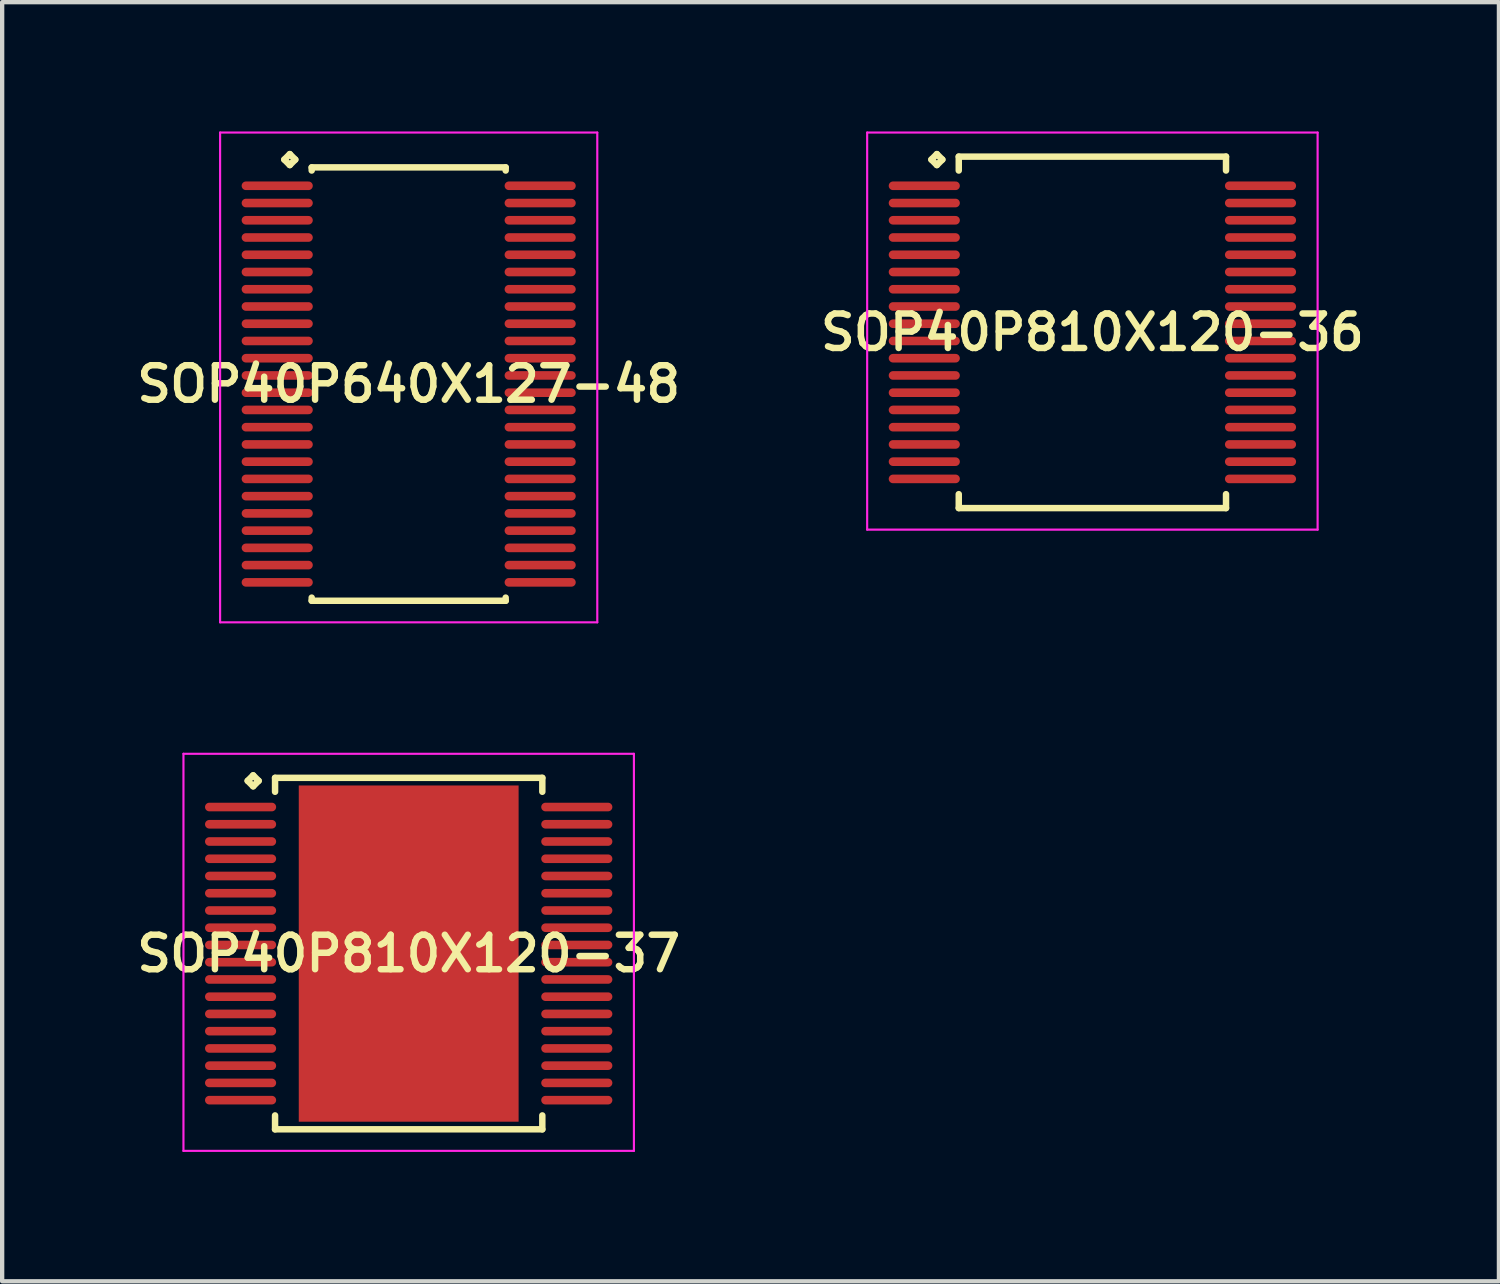
<source format=kicad_pcb>
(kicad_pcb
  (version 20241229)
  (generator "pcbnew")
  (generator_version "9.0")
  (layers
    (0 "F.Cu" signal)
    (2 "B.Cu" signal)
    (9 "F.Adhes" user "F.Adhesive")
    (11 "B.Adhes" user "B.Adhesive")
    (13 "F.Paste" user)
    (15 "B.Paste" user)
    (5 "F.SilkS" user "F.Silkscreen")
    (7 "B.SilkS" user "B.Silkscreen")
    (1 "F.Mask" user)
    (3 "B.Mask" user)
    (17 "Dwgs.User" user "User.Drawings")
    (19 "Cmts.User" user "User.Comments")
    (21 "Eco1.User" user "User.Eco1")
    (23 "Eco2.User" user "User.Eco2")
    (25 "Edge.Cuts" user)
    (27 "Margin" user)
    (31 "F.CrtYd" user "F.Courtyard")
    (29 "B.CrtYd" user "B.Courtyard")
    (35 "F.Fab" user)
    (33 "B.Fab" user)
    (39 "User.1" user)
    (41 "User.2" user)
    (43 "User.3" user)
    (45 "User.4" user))
  (footprint "SOP40P640X127-48"
    (layer "F.Cu")
    (at 6.431 5.86)
    (property "Reference" "SOP40P640X127-48" (at 0 0 0) (layer "F.SilkS") (effects (font (size 0.8 0.8) (thickness 0.15))))
    (attr smd)
    (fp_line (start -2.885 -5.208) (end -2.758 -5.335) (stroke (width 0.15) (type solid)) (layer "F.SilkS"))
    (fp_line (start -2.758 -5.335) (end -2.631 -5.208) (stroke (width 0.15) (type solid)) (layer "F.SilkS"))
    (fp_line (start -2.758 -5.081) (end -2.885 -5.208) (stroke (width 0.15) (type solid)) (layer "F.SilkS"))
    (fp_line (start -2.631 -5.208) (end -2.758 -5.081) (stroke (width 0.15) (type solid)) (layer "F.SilkS"))
    (fp_line (start -2.25 -5.027) (end 2.25 -5.027) (stroke (width 0.15) (type solid)) (layer "F.SilkS"))
    (fp_line (start -2.25 -4.954) (end -2.25 -5.027) (stroke (width 0.15) (type solid)) (layer "F.SilkS"))
    (fp_line (start -2.25 4.954) (end -2.25 5.027) (stroke (width 0.15) (type solid)) (layer "F.SilkS"))
    (fp_line (start -2.25 5.027) (end 2.25 5.027) (stroke (width 0.15) (type solid)) (layer "F.SilkS"))
    (fp_line (start 2.25 -5.027) (end 2.25 -4.954) (stroke (width 0.15) (type solid)) (layer "F.SilkS"))
    (fp_line (start 2.25 5.027) (end 2.25 4.954) (stroke (width 0.15) (type solid)) (layer "F.SilkS"))
    (fp_line (start -4.375 -5.835) (end 4.375 -5.835) (stroke (width 0.05) (type solid)) (layer "F.CrtYd"))
    (fp_line (start -4.375 5.527) (end -4.375 -5.835) (stroke (width 0.05) (type solid)) (layer "F.CrtYd"))
    (fp_line (start 4.375 -5.835) (end 4.375 5.527) (stroke (width 0.05) (type solid)) (layer "F.CrtYd"))
    (fp_line (start 4.375 5.527) (end -4.375 5.527) (stroke (width 0.05) (type solid)) (layer "F.CrtYd"))
    (pad "1" smd oval (at -3.05 -4.6) (size 1.65 0.2) (layers "F.Cu" "F.Mask" "F.Paste"))
    (pad "2" smd oval (at -3.05 -4.2) (size 1.65 0.2) (layers "F.Cu" "F.Mask" "F.Paste"))
    (pad "3" smd oval (at -3.05 -3.8) (size 1.65 0.2) (layers "F.Cu" "F.Mask" "F.Paste"))
    (pad "4" smd oval (at -3.05 -3.4) (size 1.65 0.2) (layers "F.Cu" "F.Mask" "F.Paste"))
    (pad "5" smd oval (at -3.05 -3) (size 1.65 0.2) (layers "F.Cu" "F.Mask" "F.Paste"))
    (pad "6" smd oval (at -3.05 -2.6) (size 1.65 0.2) (layers "F.Cu" "F.Mask" "F.Paste"))
    (pad "7" smd oval (at -3.05 -2.2) (size 1.65 0.2) (layers "F.Cu" "F.Mask" "F.Paste"))
    (pad "8" smd oval (at -3.05 -1.8) (size 1.65 0.2) (layers "F.Cu" "F.Mask" "F.Paste"))
    (pad "9" smd oval (at -3.05 -1.4) (size 1.65 0.2) (layers "F.Cu" "F.Mask" "F.Paste"))
    (pad "10" smd oval (at -3.05 -1) (size 1.65 0.2) (layers "F.Cu" "F.Mask" "F.Paste"))
    (pad "11" smd oval (at -3.05 -0.6) (size 1.65 0.2) (layers "F.Cu" "F.Mask" "F.Paste"))
    (pad "12" smd oval (at -3.05 -0.2) (size 1.65 0.2) (layers "F.Cu" "F.Mask" "F.Paste"))
    (pad "13" smd oval (at -3.05 0.2) (size 1.65 0.2) (layers "F.Cu" "F.Mask" "F.Paste"))
    (pad "14" smd oval (at -3.05 0.6) (size 1.65 0.2) (layers "F.Cu" "F.Mask" "F.Paste"))
    (pad "15" smd oval (at -3.05 1) (size 1.65 0.2) (layers "F.Cu" "F.Mask" "F.Paste"))
    (pad "16" smd oval (at -3.05 1.4) (size 1.65 0.2) (layers "F.Cu" "F.Mask" "F.Paste"))
    (pad "17" smd oval (at -3.05 1.8) (size 1.65 0.2) (layers "F.Cu" "F.Mask" "F.Paste"))
    (pad "18" smd oval (at -3.05 2.2) (size 1.65 0.2) (layers "F.Cu" "F.Mask" "F.Paste"))
    (pad "19" smd oval (at -3.05 2.6) (size 1.65 0.2) (layers "F.Cu" "F.Mask" "F.Paste"))
    (pad "20" smd oval (at -3.05 3) (size 1.65 0.2) (layers "F.Cu" "F.Mask" "F.Paste"))
    (pad "21" smd oval (at -3.05 3.4) (size 1.65 0.2) (layers "F.Cu" "F.Mask" "F.Paste"))
    (pad "22" smd oval (at -3.05 3.8) (size 1.65 0.2) (layers "F.Cu" "F.Mask" "F.Paste"))
    (pad "23" smd oval (at -3.05 4.2) (size 1.65 0.2) (layers "F.Cu" "F.Mask" "F.Paste"))
    (pad "24" smd oval (at -3.05 4.6) (size 1.65 0.2) (layers "F.Cu" "F.Mask" "F.Paste"))
    (pad "25" smd oval (at 3.05 4.6) (size 1.65 0.2) (layers "F.Cu" "F.Mask" "F.Paste"))
    (pad "26" smd oval (at 3.05 4.2) (size 1.65 0.2) (layers "F.Cu" "F.Mask" "F.Paste"))
    (pad "27" smd oval (at 3.05 3.8) (size 1.65 0.2) (layers "F.Cu" "F.Mask" "F.Paste"))
    (pad "28" smd oval (at 3.05 3.4) (size 1.65 0.2) (layers "F.Cu" "F.Mask" "F.Paste"))
    (pad "29" smd oval (at 3.05 3) (size 1.65 0.2) (layers "F.Cu" "F.Mask" "F.Paste"))
    (pad "30" smd oval (at 3.05 2.6) (size 1.65 0.2) (layers "F.Cu" "F.Mask" "F.Paste"))
    (pad "31" smd oval (at 3.05 2.2) (size 1.65 0.2) (layers "F.Cu" "F.Mask" "F.Paste"))
    (pad "32" smd oval (at 3.05 1.8) (size 1.65 0.2) (layers "F.Cu" "F.Mask" "F.Paste"))
    (pad "33" smd oval (at 3.05 1.4) (size 1.65 0.2) (layers "F.Cu" "F.Mask" "F.Paste"))
    (pad "34" smd oval (at 3.05 1) (size 1.65 0.2) (layers "F.Cu" "F.Mask" "F.Paste"))
    (pad "35" smd oval (at 3.05 0.6) (size 1.65 0.2) (layers "F.Cu" "F.Mask" "F.Paste"))
    (pad "36" smd oval (at 3.05 0.2) (size 1.65 0.2) (layers "F.Cu" "F.Mask" "F.Paste"))
    (pad "37" smd oval (at 3.05 -0.2) (size 1.65 0.2) (layers "F.Cu" "F.Mask" "F.Paste"))
    (pad "38" smd oval (at 3.05 -0.6) (size 1.65 0.2) (layers "F.Cu" "F.Mask" "F.Paste"))
    (pad "39" smd oval (at 3.05 -1) (size 1.65 0.2) (layers "F.Cu" "F.Mask" "F.Paste"))
    (pad "40" smd oval (at 3.05 -1.4) (size 1.65 0.2) (layers "F.Cu" "F.Mask" "F.Paste"))
    (pad "41" smd oval (at 3.05 -1.8) (size 1.65 0.2) (layers "F.Cu" "F.Mask" "F.Paste"))
    (pad "42" smd oval (at 3.05 -2.2) (size 1.65 0.2) (layers "F.Cu" "F.Mask" "F.Paste"))
    (pad "43" smd oval (at 3.05 -2.6) (size 1.65 0.2) (layers "F.Cu" "F.Mask" "F.Paste"))
    (pad "44" smd oval (at 3.05 -3) (size 1.65 0.2) (layers "F.Cu" "F.Mask" "F.Paste"))
    (pad "45" smd oval (at 3.05 -3.4) (size 1.65 0.2) (layers "F.Cu" "F.Mask" "F.Paste"))
    (pad "46" smd oval (at 3.05 -3.8) (size 1.65 0.2) (layers "F.Cu" "F.Mask" "F.Paste"))
    (pad "47" smd oval (at 3.05 -4.2) (size 1.65 0.2) (layers "F.Cu" "F.Mask" "F.Paste"))
    (pad "48" smd oval (at 3.05 -4.6) (size 1.65 0.2) (layers "F.Cu" "F.Mask" "F.Paste")))
  (footprint "SOP40P810X120-36"
    (layer "F.Cu")
    (at 22.292 4.66)
    (property "Reference" "SOP40P810X120-36" (at 0 0 0) (layer "F.SilkS") (effects (font (size 0.8 0.8) (thickness 0.15))))
    (attr smd)
    (fp_line (start -3.735 -4.008) (end -3.608 -4.135) (stroke (width 0.15) (type solid)) (layer "F.SilkS"))
    (fp_line (start -3.608 -4.135) (end -3.481 -4.008) (stroke (width 0.15) (type solid)) (layer "F.SilkS"))
    (fp_line (start -3.608 -3.881) (end -3.735 -4.008) (stroke (width 0.15) (type solid)) (layer "F.SilkS"))
    (fp_line (start -3.481 -4.008) (end -3.608 -3.881) (stroke (width 0.15) (type solid)) (layer "F.SilkS"))
    (fp_line (start -3.1 -4.077) (end 3.1 -4.077) (stroke (width 0.15) (type solid)) (layer "F.SilkS"))
    (fp_line (start -3.1 -3.754) (end -3.1 -4.077) (stroke (width 0.15) (type solid)) (layer "F.SilkS"))
    (fp_line (start -3.1 3.754) (end -3.1 4.077) (stroke (width 0.15) (type solid)) (layer "F.SilkS"))
    (fp_line (start -3.1 4.077) (end 3.1 4.077) (stroke (width 0.15) (type solid)) (layer "F.SilkS"))
    (fp_line (start 3.1 -4.077) (end 3.1 -3.754) (stroke (width 0.15) (type solid)) (layer "F.SilkS"))
    (fp_line (start 3.1 4.077) (end 3.1 3.754) (stroke (width 0.15) (type solid)) (layer "F.SilkS"))
    (fp_line (start -5.225 -4.635) (end 5.225 -4.635) (stroke (width 0.05) (type solid)) (layer "F.CrtYd"))
    (fp_line (start -5.225 4.577) (end -5.225 -4.635) (stroke (width 0.05) (type solid)) (layer "F.CrtYd"))
    (fp_line (start 5.225 -4.635) (end 5.225 4.577) (stroke (width 0.05) (type solid)) (layer "F.CrtYd"))
    (fp_line (start 5.225 4.577) (end -5.225 4.577) (stroke (width 0.05) (type solid)) (layer "F.CrtYd"))
    (pad "1" smd oval (at -3.9 -3.4) (size 1.65 0.2) (layers "F.Cu" "F.Mask" "F.Paste"))
    (pad "2" smd oval (at -3.9 -3) (size 1.65 0.2) (layers "F.Cu" "F.Mask" "F.Paste"))
    (pad "3" smd oval (at -3.9 -2.6) (size 1.65 0.2) (layers "F.Cu" "F.Mask" "F.Paste"))
    (pad "4" smd oval (at -3.9 -2.2) (size 1.65 0.2) (layers "F.Cu" "F.Mask" "F.Paste"))
    (pad "5" smd oval (at -3.9 -1.8) (size 1.65 0.2) (layers "F.Cu" "F.Mask" "F.Paste"))
    (pad "6" smd oval (at -3.9 -1.4) (size 1.65 0.2) (layers "F.Cu" "F.Mask" "F.Paste"))
    (pad "7" smd oval (at -3.9 -1) (size 1.65 0.2) (layers "F.Cu" "F.Mask" "F.Paste"))
    (pad "8" smd oval (at -3.9 -0.6) (size 1.65 0.2) (layers "F.Cu" "F.Mask" "F.Paste"))
    (pad "9" smd oval (at -3.9 -0.2) (size 1.65 0.2) (layers "F.Cu" "F.Mask" "F.Paste"))
    (pad "10" smd oval (at -3.9 0.2) (size 1.65 0.2) (layers "F.Cu" "F.Mask" "F.Paste"))
    (pad "11" smd oval (at -3.9 0.6) (size 1.65 0.2) (layers "F.Cu" "F.Mask" "F.Paste"))
    (pad "12" smd oval (at -3.9 1) (size 1.65 0.2) (layers "F.Cu" "F.Mask" "F.Paste"))
    (pad "13" smd oval (at -3.9 1.4) (size 1.65 0.2) (layers "F.Cu" "F.Mask" "F.Paste"))
    (pad "14" smd oval (at -3.9 1.8) (size 1.65 0.2) (layers "F.Cu" "F.Mask" "F.Paste"))
    (pad "15" smd oval (at -3.9 2.2) (size 1.65 0.2) (layers "F.Cu" "F.Mask" "F.Paste"))
    (pad "16" smd oval (at -3.9 2.6) (size 1.65 0.2) (layers "F.Cu" "F.Mask" "F.Paste"))
    (pad "17" smd oval (at -3.9 3) (size 1.65 0.2) (layers "F.Cu" "F.Mask" "F.Paste"))
    (pad "18" smd oval (at -3.9 3.4) (size 1.65 0.2) (layers "F.Cu" "F.Mask" "F.Paste"))
    (pad "19" smd oval (at 3.9 3.4) (size 1.65 0.2) (layers "F.Cu" "F.Mask" "F.Paste"))
    (pad "20" smd oval (at 3.9 3) (size 1.65 0.2) (layers "F.Cu" "F.Mask" "F.Paste"))
    (pad "21" smd oval (at 3.9 2.6) (size 1.65 0.2) (layers "F.Cu" "F.Mask" "F.Paste"))
    (pad "22" smd oval (at 3.9 2.2) (size 1.65 0.2) (layers "F.Cu" "F.Mask" "F.Paste"))
    (pad "23" smd oval (at 3.9 1.8) (size 1.65 0.2) (layers "F.Cu" "F.Mask" "F.Paste"))
    (pad "24" smd oval (at 3.9 1.4) (size 1.65 0.2) (layers "F.Cu" "F.Mask" "F.Paste"))
    (pad "25" smd oval (at 3.9 1) (size 1.65 0.2) (layers "F.Cu" "F.Mask" "F.Paste"))
    (pad "26" smd oval (at 3.9 0.6) (size 1.65 0.2) (layers "F.Cu" "F.Mask" "F.Paste"))
    (pad "27" smd oval (at 3.9 0.2) (size 1.65 0.2) (layers "F.Cu" "F.Mask" "F.Paste"))
    (pad "28" smd oval (at 3.9 -0.2) (size 1.65 0.2) (layers "F.Cu" "F.Mask" "F.Paste"))
    (pad "29" smd oval (at 3.9 -0.6) (size 1.65 0.2) (layers "F.Cu" "F.Mask" "F.Paste"))
    (pad "30" smd oval (at 3.9 -1) (size 1.65 0.2) (layers "F.Cu" "F.Mask" "F.Paste"))
    (pad "31" smd oval (at 3.9 -1.4) (size 1.65 0.2) (layers "F.Cu" "F.Mask" "F.Paste"))
    (pad "32" smd oval (at 3.9 -1.8) (size 1.65 0.2) (layers "F.Cu" "F.Mask" "F.Paste"))
    (pad "33" smd oval (at 3.9 -2.2) (size 1.65 0.2) (layers "F.Cu" "F.Mask" "F.Paste"))
    (pad "34" smd oval (at 3.9 -2.6) (size 1.65 0.2) (layers "F.Cu" "F.Mask" "F.Paste"))
    (pad "35" smd oval (at 3.9 -3) (size 1.65 0.2) (layers "F.Cu" "F.Mask" "F.Paste"))
    (pad "36" smd oval (at 3.9 -3.4) (size 1.65 0.2) (layers "F.Cu" "F.Mask" "F.Paste")))
  (footprint "SOP40P810X120-37"
    (layer "F.Cu")
    (at 6.431 19.072)
    (property "Reference" "SOP40P810X120-37" (at 0 0 0) (layer "F.SilkS") (effects (font (size 0.8 0.8) (thickness 0.15))))
    (attr smd)
    (fp_line (start -3.735 -4.008) (end -3.608 -4.135) (stroke (width 0.15) (type solid)) (layer "F.SilkS"))
    (fp_line (start -3.608 -4.135) (end -3.481 -4.008) (stroke (width 0.15) (type solid)) (layer "F.SilkS"))
    (fp_line (start -3.608 -3.881) (end -3.735 -4.008) (stroke (width 0.15) (type solid)) (layer "F.SilkS"))
    (fp_line (start -3.481 -4.008) (end -3.608 -3.881) (stroke (width 0.15) (type solid)) (layer "F.SilkS"))
    (fp_line (start -3.1 -4.077) (end 3.1 -4.077) (stroke (width 0.15) (type solid)) (layer "F.SilkS"))
    (fp_line (start -3.1 -3.754) (end -3.1 -4.077) (stroke (width 0.15) (type solid)) (layer "F.SilkS"))
    (fp_line (start -3.1 3.754) (end -3.1 4.077) (stroke (width 0.15) (type solid)) (layer "F.SilkS"))
    (fp_line (start -3.1 4.077) (end 3.1 4.077) (stroke (width 0.15) (type solid)) (layer "F.SilkS"))
    (fp_line (start 3.1 -4.077) (end 3.1 -3.754) (stroke (width 0.15) (type solid)) (layer "F.SilkS"))
    (fp_line (start 3.1 4.077) (end 3.1 3.754) (stroke (width 0.15) (type solid)) (layer "F.SilkS"))
    (fp_line (start -5.225 -4.635) (end 5.225 -4.635) (stroke (width 0.05) (type solid)) (layer "F.CrtYd"))
    (fp_line (start -5.225 4.577) (end -5.225 -4.635) (stroke (width 0.05) (type solid)) (layer "F.CrtYd"))
    (fp_line (start 5.225 -4.635) (end 5.225 4.577) (stroke (width 0.05) (type solid)) (layer "F.CrtYd"))
    (fp_line (start 5.225 4.577) (end -5.225 4.577) (stroke (width 0.05) (type solid)) (layer "F.CrtYd"))
    (pad "1" smd oval (at -3.9 -3.4) (size 1.65 0.2) (layers "F.Cu" "F.Mask" "F.Paste"))
    (pad "2" smd oval (at -3.9 -3) (size 1.65 0.2) (layers "F.Cu" "F.Mask" "F.Paste"))
    (pad "3" smd oval (at -3.9 -2.6) (size 1.65 0.2) (layers "F.Cu" "F.Mask" "F.Paste"))
    (pad "4" smd oval (at -3.9 -2.2) (size 1.65 0.2) (layers "F.Cu" "F.Mask" "F.Paste"))
    (pad "5" smd oval (at -3.9 -1.8) (size 1.65 0.2) (layers "F.Cu" "F.Mask" "F.Paste"))
    (pad "6" smd oval (at -3.9 -1.4) (size 1.65 0.2) (layers "F.Cu" "F.Mask" "F.Paste"))
    (pad "7" smd oval (at -3.9 -1) (size 1.65 0.2) (layers "F.Cu" "F.Mask" "F.Paste"))
    (pad "8" smd oval (at -3.9 -0.6) (size 1.65 0.2) (layers "F.Cu" "F.Mask" "F.Paste"))
    (pad "9" smd oval (at -3.9 -0.2) (size 1.65 0.2) (layers "F.Cu" "F.Mask" "F.Paste"))
    (pad "10" smd oval (at -3.9 0.2) (size 1.65 0.2) (layers "F.Cu" "F.Mask" "F.Paste"))
    (pad "11" smd oval (at -3.9 0.6) (size 1.65 0.2) (layers "F.Cu" "F.Mask" "F.Paste"))
    (pad "12" smd oval (at -3.9 1) (size 1.65 0.2) (layers "F.Cu" "F.Mask" "F.Paste"))
    (pad "13" smd oval (at -3.9 1.4) (size 1.65 0.2) (layers "F.Cu" "F.Mask" "F.Paste"))
    (pad "14" smd oval (at -3.9 1.8) (size 1.65 0.2) (layers "F.Cu" "F.Mask" "F.Paste"))
    (pad "15" smd oval (at -3.9 2.2) (size 1.65 0.2) (layers "F.Cu" "F.Mask" "F.Paste"))
    (pad "16" smd oval (at -3.9 2.6) (size 1.65 0.2) (layers "F.Cu" "F.Mask" "F.Paste"))
    (pad "17" smd oval (at -3.9 3) (size 1.65 0.2) (layers "F.Cu" "F.Mask" "F.Paste"))
    (pad "18" smd oval (at -3.9 3.4) (size 1.65 0.2) (layers "F.Cu" "F.Mask" "F.Paste"))
    (pad "19" smd oval (at 3.9 3.4) (size 1.65 0.2) (layers "F.Cu" "F.Mask" "F.Paste"))
    (pad "20" smd oval (at 3.9 3) (size 1.65 0.2) (layers "F.Cu" "F.Mask" "F.Paste"))
    (pad "21" smd oval (at 3.9 2.6) (size 1.65 0.2) (layers "F.Cu" "F.Mask" "F.Paste"))
    (pad "22" smd oval (at 3.9 2.2) (size 1.65 0.2) (layers "F.Cu" "F.Mask" "F.Paste"))
    (pad "23" smd oval (at 3.9 1.8) (size 1.65 0.2) (layers "F.Cu" "F.Mask" "F.Paste"))
    (pad "24" smd oval (at 3.9 1.4) (size 1.65 0.2) (layers "F.Cu" "F.Mask" "F.Paste"))
    (pad "25" smd oval (at 3.9 1) (size 1.65 0.2) (layers "F.Cu" "F.Mask" "F.Paste"))
    (pad "26" smd oval (at 3.9 0.6) (size 1.65 0.2) (layers "F.Cu" "F.Mask" "F.Paste"))
    (pad "27" smd oval (at 3.9 0.2) (size 1.65 0.2) (layers "F.Cu" "F.Mask" "F.Paste"))
    (pad "28" smd oval (at 3.9 -0.2) (size 1.65 0.2) (layers "F.Cu" "F.Mask" "F.Paste"))
    (pad "29" smd oval (at 3.9 -0.6) (size 1.65 0.2) (layers "F.Cu" "F.Mask" "F.Paste"))
    (pad "30" smd oval (at 3.9 -1) (size 1.65 0.2) (layers "F.Cu" "F.Mask" "F.Paste"))
    (pad "31" smd oval (at 3.9 -1.4) (size 1.65 0.2) (layers "F.Cu" "F.Mask" "F.Paste"))
    (pad "32" smd oval (at 3.9 -1.8) (size 1.65 0.2) (layers "F.Cu" "F.Mask" "F.Paste"))
    (pad "33" smd oval (at 3.9 -2.2) (size 1.65 0.2) (layers "F.Cu" "F.Mask" "F.Paste"))
    (pad "34" smd oval (at 3.9 -2.6) (size 1.65 0.2) (layers "F.Cu" "F.Mask" "F.Paste"))
    (pad "35" smd oval (at 3.9 -3) (size 1.65 0.2) (layers "F.Cu" "F.Mask" "F.Paste"))
    (pad "36" smd oval (at 3.9 -3.4) (size 1.65 0.2) (layers "F.Cu" "F.Mask" "F.Paste"))
    (pad "37" smd rect (at 0 0) (size 5.1 7.8) (layers "F.Cu" "F.Mask" "F.Paste")))
  (gr_rect
    (start -3 -3)
    (end 31.723 26.674)
    (stroke (width 0.1) (type default))
    (fill no)
    (layer "Edge.Cuts")))
</source>
